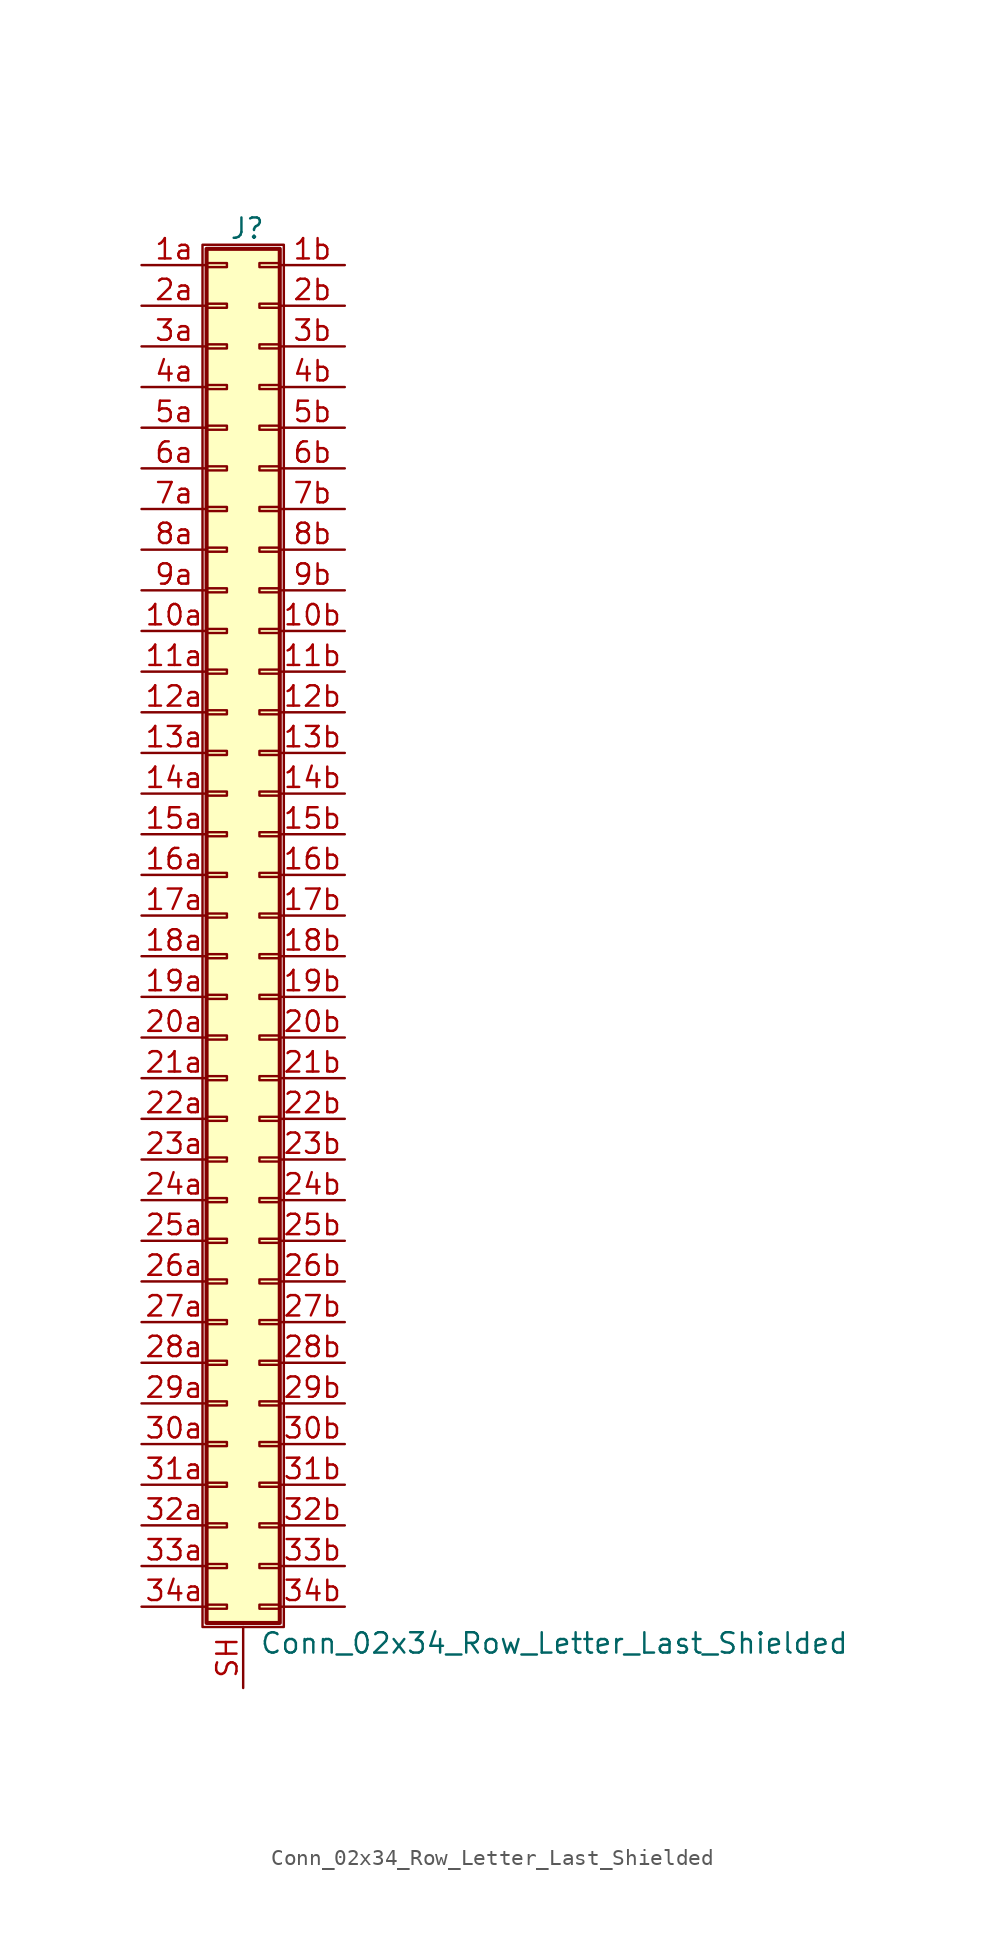
<source format=kicad_sym>
(kicad_symbol_lib
  (version 20201005)
  (generator kicad_symbol_editor)
  (symbol "Connector_Generic_Shielded:Conn_02x34_Row_Letter_Last_Shielded"
    (pin_names
      (offset 1.016) hide)
    (property "Reference" "J"
      (at 1.524 42.926 0)
      (effects (font (size 1.27 1.27))))
    (property "Value" "Conn_02x34_Row_Letter_Last_Shielded"
      (at 2.286 -45.466 0)
      (effects (font (size 1.27 1.27)) (justify left)))
    (symbol "Conn_02x34_Row_Letter_Last_Shielded_1_1"
      (rectangle (start -1.016 -27.813) (end 0.254 -28.067) (stroke (width 0.152)) (fill (type none)))
      (rectangle (start -1.016 -30.353) (end 0.254 -30.607) (stroke (width 0.152)) (fill (type none)))
      (rectangle (start -1.016 -32.893) (end 0.254 -33.147) (stroke (width 0.152)) (fill (type none)))
      (rectangle (start -1.016 -35.433) (end 0.254 -35.687) (stroke (width 0.152)) (fill (type none)))
      (rectangle (start -1.016 -37.973) (end 0.254 -38.227) (stroke (width 0.152)) (fill (type none)))
      (rectangle (start -1.016 -40.513) (end 0.254 -40.767) (stroke (width 0.152)) (fill (type none)))
      (rectangle (start -1.016 -43.053) (end 0.254 -43.307) (stroke (width 0.152)) (fill (type none)))
      (rectangle (start -1.016 -4.953) (end 0.254 -5.207) (stroke (width 0.152)) (fill (type none)))
      (rectangle (start -1.016 -7.493) (end 0.254 -7.747) (stroke (width 0.152)) (fill (type none)))
      (rectangle (start -1.016 -10.033) (end 0.254 -10.287) (stroke (width 0.152)) (fill (type none)))
      (rectangle (start -1.016 -12.573) (end 0.254 -12.827) (stroke (width 0.152)) (fill (type none)))
      (rectangle (start -1.016 -15.113) (end 0.254 -15.367) (stroke (width 0.152)) (fill (type none)))
      (rectangle (start -1.016 -17.653) (end 0.254 -17.907) (stroke (width 0.152)) (fill (type none)))
      (rectangle (start -1.016 -20.193) (end 0.254 -20.447) (stroke (width 0.152)) (fill (type none)))
      (rectangle (start -1.016 -22.733) (end 0.254 -22.987) (stroke (width 0.152)) (fill (type none)))
      (rectangle (start -1.016 -2.413) (end 0.254 -2.667) (stroke (width 0.152)) (fill (type none)))
      (rectangle (start -1.016 -25.273) (end 0.254 -25.527) (stroke (width 0.152)) (fill (type none)))
      (rectangle (start -1.016 25.527) (end 0.254 25.273) (stroke (width 0.152)) (fill (type none)))
      (rectangle (start -1.016 2.667) (end 0.254 2.413) (stroke (width 0.152)) (fill (type none)))
      (rectangle (start -1.016 28.067) (end 0.254 27.813) (stroke (width 0.152)) (fill (type none)))
      (rectangle (start -1.016 30.607) (end 0.254 30.353) (stroke (width 0.152)) (fill (type none)))
      (rectangle (start -1.016 33.147) (end 0.254 32.893) (stroke (width 0.152)) (fill (type none)))
      (rectangle (start -1.016 35.687) (end 0.254 35.433) (stroke (width 0.152)) (fill (type none)))
      (rectangle (start -1.016 38.227) (end 0.254 37.973) (stroke (width 0.152)) (fill (type none)))
      (rectangle (start -1.016 40.767) (end 0.254 40.513) (stroke (width 0.152)) (fill (type none)))
      (rectangle (start -1.016 41.656) (end 3.556 -44.196) (stroke (width 0.254)) (fill (type background)))
      (rectangle (start -1.016 5.207) (end 0.254 4.953) (stroke (width 0.152)) (fill (type none)))
      (rectangle (start -1.016 7.747) (end 0.254 7.493) (stroke (width 0.152)) (fill (type none)))
      (rectangle (start -1.016 10.287) (end 0.254 10.033) (stroke (width 0.152)) (fill (type none)))
      (rectangle (start -1.016 0.127) (end 0.254 -0.127) (stroke (width 0.152)) (fill (type none)))
      (rectangle (start -1.016 12.827) (end 0.254 12.573) (stroke (width 0.152)) (fill (type none)))
      (rectangle (start -1.016 15.367) (end 0.254 15.113) (stroke (width 0.152)) (fill (type none)))
      (rectangle (start -1.016 17.907) (end 0.254 17.653) (stroke (width 0.152)) (fill (type none)))
      (rectangle (start -1.016 20.447) (end 0.254 20.193) (stroke (width 0.152)) (fill (type none)))
      (rectangle (start -1.016 22.987) (end 0.254 22.733) (stroke (width 0.152)) (fill (type none)))
      (rectangle (start -1.27 41.91) (end 3.81 -44.45) (stroke (width 0.152)) (fill (type none)))
      (rectangle (start 3.556 -27.813) (end 2.286 -28.067) (stroke (width 0.152)) (fill (type none)))
      (rectangle (start 3.556 -30.353) (end 2.286 -30.607) (stroke (width 0.152)) (fill (type none)))
      (rectangle (start 3.556 -32.893) (end 2.286 -33.147) (stroke (width 0.152)) (fill (type none)))
      (rectangle (start 3.556 -35.433) (end 2.286 -35.687) (stroke (width 0.152)) (fill (type none)))
      (rectangle (start 3.556 -37.973) (end 2.286 -38.227) (stroke (width 0.152)) (fill (type none)))
      (rectangle (start 3.556 -40.513) (end 2.286 -40.767) (stroke (width 0.152)) (fill (type none)))
      (rectangle (start 3.556 -43.053) (end 2.286 -43.307) (stroke (width 0.152)) (fill (type none)))
      (rectangle (start 3.556 -4.953) (end 2.286 -5.207) (stroke (width 0.152)) (fill (type none)))
      (rectangle (start 3.556 -7.493) (end 2.286 -7.747) (stroke (width 0.152)) (fill (type none)))
      (rectangle (start 3.556 -10.033) (end 2.286 -10.287) (stroke (width 0.152)) (fill (type none)))
      (rectangle (start 3.556 -12.573) (end 2.286 -12.827) (stroke (width 0.152)) (fill (type none)))
      (rectangle (start 3.556 -15.113) (end 2.286 -15.367) (stroke (width 0.152)) (fill (type none)))
      (rectangle (start 3.556 -17.653) (end 2.286 -17.907) (stroke (width 0.152)) (fill (type none)))
      (rectangle (start 3.556 -20.193) (end 2.286 -20.447) (stroke (width 0.152)) (fill (type none)))
      (rectangle (start 3.556 -22.733) (end 2.286 -22.987) (stroke (width 0.152)) (fill (type none)))
      (rectangle (start 3.556 -2.413) (end 2.286 -2.667) (stroke (width 0.152)) (fill (type none)))
      (rectangle (start 3.556 -25.273) (end 2.286 -25.527) (stroke (width 0.152)) (fill (type none)))
      (rectangle (start 3.556 25.527) (end 2.286 25.273) (stroke (width 0.152)) (fill (type none)))
      (rectangle (start 3.556 2.667) (end 2.286 2.413) (stroke (width 0.152)) (fill (type none)))
      (rectangle (start 3.556 28.067) (end 2.286 27.813) (stroke (width 0.152)) (fill (type none)))
      (rectangle (start 3.556 30.607) (end 2.286 30.353) (stroke (width 0.152)) (fill (type none)))
      (rectangle (start 3.556 33.147) (end 2.286 32.893) (stroke (width 0.152)) (fill (type none)))
      (rectangle (start 3.556 35.687) (end 2.286 35.433) (stroke (width 0.152)) (fill (type none)))
      (rectangle (start 3.556 38.227) (end 2.286 37.973) (stroke (width 0.152)) (fill (type none)))
      (rectangle (start 3.556 40.767) (end 2.286 40.513) (stroke (width 0.152)) (fill (type none)))
      (rectangle (start 3.556 5.207) (end 2.286 4.953) (stroke (width 0.152)) (fill (type none)))
      (rectangle (start 3.556 7.747) (end 2.286 7.493) (stroke (width 0.152)) (fill (type none)))
      (rectangle (start 3.556 10.287) (end 2.286 10.033) (stroke (width 0.152)) (fill (type none)))
      (rectangle (start 3.556 0.127) (end 2.286 -0.127) (stroke (width 0.152)) (fill (type none)))
      (rectangle (start 3.556 12.827) (end 2.286 12.573) (stroke (width 0.152)) (fill (type none)))
      (rectangle (start 3.556 15.367) (end 2.286 15.113) (stroke (width 0.152)) (fill (type none)))
      (rectangle (start 3.556 17.907) (end 2.286 17.653) (stroke (width 0.152)) (fill (type none)))
      (rectangle (start 3.556 20.447) (end 2.286 20.193) (stroke (width 0.152)) (fill (type none)))
      (rectangle (start 3.556 22.987) (end 2.286 22.733) (stroke (width 0.152)) (fill (type none)))
      (pin passive line (at -5.08 17.78 0) (length 4.064) (name "Pin_10a" (effects (font (size 1.27 1.27)))) (number "10a" (effects (font (size 1.27 1.27)))))
      (pin passive line (at 7.62 17.78 180) (length 4.064) (name "Pin_10b" (effects (font (size 1.27 1.27)))) (number "10b" (effects (font (size 1.27 1.27)))))
      (pin passive line (at -5.08 15.24 0) (length 4.064) (name "Pin_11a" (effects (font (size 1.27 1.27)))) (number "11a" (effects (font (size 1.27 1.27)))))
      (pin passive line (at 7.62 15.24 180) (length 4.064) (name "Pin_11b" (effects (font (size 1.27 1.27)))) (number "11b" (effects (font (size 1.27 1.27)))))
      (pin passive line (at -5.08 12.7 0) (length 4.064) (name "Pin_12a" (effects (font (size 1.27 1.27)))) (number "12a" (effects (font (size 1.27 1.27)))))
      (pin passive line (at 7.62 12.7 180) (length 4.064) (name "Pin_12b" (effects (font (size 1.27 1.27)))) (number "12b" (effects (font (size 1.27 1.27)))))
      (pin passive line (at -5.08 10.16 0) (length 4.064) (name "Pin_13a" (effects (font (size 1.27 1.27)))) (number "13a" (effects (font (size 1.27 1.27)))))
      (pin passive line (at 7.62 10.16 180) (length 4.064) (name "Pin_13b" (effects (font (size 1.27 1.27)))) (number "13b" (effects (font (size 1.27 1.27)))))
      (pin passive line (at -5.08 7.62 0) (length 4.064) (name "Pin_14a" (effects (font (size 1.27 1.27)))) (number "14a" (effects (font (size 1.27 1.27)))))
      (pin passive line (at 7.62 7.62 180) (length 4.064) (name "Pin_14b" (effects (font (size 1.27 1.27)))) (number "14b" (effects (font (size 1.27 1.27)))))
      (pin passive line (at -5.08 5.08 0) (length 4.064) (name "Pin_15a" (effects (font (size 1.27 1.27)))) (number "15a" (effects (font (size 1.27 1.27)))))
      (pin passive line (at 7.62 5.08 180) (length 4.064) (name "Pin_15b" (effects (font (size 1.27 1.27)))) (number "15b" (effects (font (size 1.27 1.27)))))
      (pin passive line (at -5.08 2.54 0) (length 4.064) (name "Pin_16a" (effects (font (size 1.27 1.27)))) (number "16a" (effects (font (size 1.27 1.27)))))
      (pin passive line (at 7.62 2.54 180) (length 4.064) (name "Pin_16b" (effects (font (size 1.27 1.27)))) (number "16b" (effects (font (size 1.27 1.27)))))
      (pin passive line (at -5.08 0 0) (length 4.064) (name "Pin_17a" (effects (font (size 1.27 1.27)))) (number "17a" (effects (font (size 1.27 1.27)))))
      (pin passive line (at 7.62 0 180) (length 4.064) (name "Pin_17b" (effects (font (size 1.27 1.27)))) (number "17b" (effects (font (size 1.27 1.27)))))
      (pin passive line (at -5.08 -2.54 0) (length 4.064) (name "Pin_18a" (effects (font (size 1.27 1.27)))) (number "18a" (effects (font (size 1.27 1.27)))))
      (pin passive line (at 7.62 -2.54 180) (length 4.064) (name "Pin_18b" (effects (font (size 1.27 1.27)))) (number "18b" (effects (font (size 1.27 1.27)))))
      (pin passive line (at -5.08 -5.08 0) (length 4.064) (name "Pin_19a" (effects (font (size 1.27 1.27)))) (number "19a" (effects (font (size 1.27 1.27)))))
      (pin passive line (at 7.62 -5.08 180) (length 4.064) (name "Pin_19b" (effects (font (size 1.27 1.27)))) (number "19b" (effects (font (size 1.27 1.27)))))
      (pin passive line (at -5.08 40.64 0) (length 4.064) (name "Pin_1a" (effects (font (size 1.27 1.27)))) (number "1a" (effects (font (size 1.27 1.27)))))
      (pin passive line (at 7.62 40.64 180) (length 4.064) (name "Pin_1b" (effects (font (size 1.27 1.27)))) (number "1b" (effects (font (size 1.27 1.27)))))
      (pin passive line (at -5.08 -7.62 0) (length 4.064) (name "Pin_20a" (effects (font (size 1.27 1.27)))) (number "20a" (effects (font (size 1.27 1.27)))))
      (pin passive line (at 7.62 -7.62 180) (length 4.064) (name "Pin_20b" (effects (font (size 1.27 1.27)))) (number "20b" (effects (font (size 1.27 1.27)))))
      (pin passive line (at -5.08 -10.16 0) (length 4.064) (name "Pin_21a" (effects (font (size 1.27 1.27)))) (number "21a" (effects (font (size 1.27 1.27)))))
      (pin passive line (at 7.62 -10.16 180) (length 4.064) (name "Pin_21b" (effects (font (size 1.27 1.27)))) (number "21b" (effects (font (size 1.27 1.27)))))
      (pin passive line (at -5.08 -12.7 0) (length 4.064) (name "Pin_22a" (effects (font (size 1.27 1.27)))) (number "22a" (effects (font (size 1.27 1.27)))))
      (pin passive line (at 7.62 -12.7 180) (length 4.064) (name "Pin_22b" (effects (font (size 1.27 1.27)))) (number "22b" (effects (font (size 1.27 1.27)))))
      (pin passive line (at -5.08 -15.24 0) (length 4.064) (name "Pin_23a" (effects (font (size 1.27 1.27)))) (number "23a" (effects (font (size 1.27 1.27)))))
      (pin passive line (at 7.62 -15.24 180) (length 4.064) (name "Pin_23b" (effects (font (size 1.27 1.27)))) (number "23b" (effects (font (size 1.27 1.27)))))
      (pin passive line (at -5.08 -17.78 0) (length 4.064) (name "Pin_24a" (effects (font (size 1.27 1.27)))) (number "24a" (effects (font (size 1.27 1.27)))))
      (pin passive line (at 7.62 -17.78 180) (length 4.064) (name "Pin_24b" (effects (font (size 1.27 1.27)))) (number "24b" (effects (font (size 1.27 1.27)))))
      (pin passive line (at -5.08 -20.32 0) (length 4.064) (name "Pin_25a" (effects (font (size 1.27 1.27)))) (number "25a" (effects (font (size 1.27 1.27)))))
      (pin passive line (at 7.62 -20.32 180) (length 4.064) (name "Pin_25b" (effects (font (size 1.27 1.27)))) (number "25b" (effects (font (size 1.27 1.27)))))
      (pin passive line (at -5.08 -22.86 0) (length 4.064) (name "Pin_26a" (effects (font (size 1.27 1.27)))) (number "26a" (effects (font (size 1.27 1.27)))))
      (pin passive line (at 7.62 -22.86 180) (length 4.064) (name "Pin_26b" (effects (font (size 1.27 1.27)))) (number "26b" (effects (font (size 1.27 1.27)))))
      (pin passive line (at -5.08 -25.4 0) (length 4.064) (name "Pin_27a" (effects (font (size 1.27 1.27)))) (number "27a" (effects (font (size 1.27 1.27)))))
      (pin passive line (at 7.62 -25.4 180) (length 4.064) (name "Pin_27b" (effects (font (size 1.27 1.27)))) (number "27b" (effects (font (size 1.27 1.27)))))
      (pin passive line (at -5.08 -27.94 0) (length 4.064) (name "Pin_28a" (effects (font (size 1.27 1.27)))) (number "28a" (effects (font (size 1.27 1.27)))))
      (pin passive line (at 7.62 -27.94 180) (length 4.064) (name "Pin_28b" (effects (font (size 1.27 1.27)))) (number "28b" (effects (font (size 1.27 1.27)))))
      (pin passive line (at -5.08 -30.48 0) (length 4.064) (name "Pin_29a" (effects (font (size 1.27 1.27)))) (number "29a" (effects (font (size 1.27 1.27)))))
      (pin passive line (at 7.62 -30.48 180) (length 4.064) (name "Pin_29b" (effects (font (size 1.27 1.27)))) (number "29b" (effects (font (size 1.27 1.27)))))
      (pin passive line (at -5.08 38.1 0) (length 4.064) (name "Pin_2a" (effects (font (size 1.27 1.27)))) (number "2a" (effects (font (size 1.27 1.27)))))
      (pin passive line (at 7.62 38.1 180) (length 4.064) (name "Pin_2b" (effects (font (size 1.27 1.27)))) (number "2b" (effects (font (size 1.27 1.27)))))
      (pin passive line (at -5.08 -33.02 0) (length 4.064) (name "Pin_30a" (effects (font (size 1.27 1.27)))) (number "30a" (effects (font (size 1.27 1.27)))))
      (pin passive line (at 7.62 -33.02 180) (length 4.064) (name "Pin_30b" (effects (font (size 1.27 1.27)))) (number "30b" (effects (font (size 1.27 1.27)))))
      (pin passive line (at -5.08 -35.56 0) (length 4.064) (name "Pin_31a" (effects (font (size 1.27 1.27)))) (number "31a" (effects (font (size 1.27 1.27)))))
      (pin passive line (at 7.62 -35.56 180) (length 4.064) (name "Pin_31b" (effects (font (size 1.27 1.27)))) (number "31b" (effects (font (size 1.27 1.27)))))
      (pin passive line (at -5.08 -38.1 0) (length 4.064) (name "Pin_32a" (effects (font (size 1.27 1.27)))) (number "32a" (effects (font (size 1.27 1.27)))))
      (pin passive line (at 7.62 -38.1 180) (length 4.064) (name "Pin_32b" (effects (font (size 1.27 1.27)))) (number "32b" (effects (font (size 1.27 1.27)))))
      (pin passive line (at -5.08 -40.64 0) (length 4.064) (name "Pin_33a" (effects (font (size 1.27 1.27)))) (number "33a" (effects (font (size 1.27 1.27)))))
      (pin passive line (at 7.62 -40.64 180) (length 4.064) (name "Pin_33b" (effects (font (size 1.27 1.27)))) (number "33b" (effects (font (size 1.27 1.27)))))
      (pin passive line (at -5.08 -43.18 0) (length 4.064) (name "Pin_34a" (effects (font (size 1.27 1.27)))) (number "34a" (effects (font (size 1.27 1.27)))))
      (pin passive line (at 7.62 -43.18 180) (length 4.064) (name "Pin_34b" (effects (font (size 1.27 1.27)))) (number "34b" (effects (font (size 1.27 1.27)))))
      (pin passive line (at -5.08 35.56 0) (length 4.064) (name "Pin_3a" (effects (font (size 1.27 1.27)))) (number "3a" (effects (font (size 1.27 1.27)))))
      (pin passive line (at 7.62 35.56 180) (length 4.064) (name "Pin_3b" (effects (font (size 1.27 1.27)))) (number "3b" (effects (font (size 1.27 1.27)))))
      (pin passive line (at -5.08 33.02 0) (length 4.064) (name "Pin_4a" (effects (font (size 1.27 1.27)))) (number "4a" (effects (font (size 1.27 1.27)))))
      (pin passive line (at 7.62 33.02 180) (length 4.064) (name "Pin_4b" (effects (font (size 1.27 1.27)))) (number "4b" (effects (font (size 1.27 1.27)))))
      (pin passive line (at -5.08 30.48 0) (length 4.064) (name "Pin_5a" (effects (font (size 1.27 1.27)))) (number "5a" (effects (font (size 1.27 1.27)))))
      (pin passive line (at 7.62 30.48 180) (length 4.064) (name "Pin_5b" (effects (font (size 1.27 1.27)))) (number "5b" (effects (font (size 1.27 1.27)))))
      (pin passive line (at -5.08 27.94 0) (length 4.064) (name "Pin_6a" (effects (font (size 1.27 1.27)))) (number "6a" (effects (font (size 1.27 1.27)))))
      (pin passive line (at 7.62 27.94 180) (length 4.064) (name "Pin_6b" (effects (font (size 1.27 1.27)))) (number "6b" (effects (font (size 1.27 1.27)))))
      (pin passive line (at -5.08 25.4 0) (length 4.064) (name "Pin_7a" (effects (font (size 1.27 1.27)))) (number "7a" (effects (font (size 1.27 1.27)))))
      (pin passive line (at 7.62 25.4 180) (length 4.064) (name "Pin_7b" (effects (font (size 1.27 1.27)))) (number "7b" (effects (font (size 1.27 1.27)))))
      (pin passive line (at -5.08 22.86 0) (length 4.064) (name "Pin_8a" (effects (font (size 1.27 1.27)))) (number "8a" (effects (font (size 1.27 1.27)))))
      (pin passive line (at 7.62 22.86 180) (length 4.064) (name "Pin_8b" (effects (font (size 1.27 1.27)))) (number "8b" (effects (font (size 1.27 1.27)))))
      (pin passive line (at -5.08 20.32 0) (length 4.064) (name "Pin_9a" (effects (font (size 1.27 1.27)))) (number "9a" (effects (font (size 1.27 1.27)))))
      (pin passive line (at 7.62 20.32 180) (length 4.064) (name "Pin_9b" (effects (font (size 1.27 1.27)))) (number "9b" (effects (font (size 1.27 1.27)))))
      (pin passive line (at 1.27 -48.26 90) (length 3.81) (name "Shield" (effects (font (size 1.27 1.27)))) (number "SH" (effects (font (size 1.27 1.27))))))))
</source>
